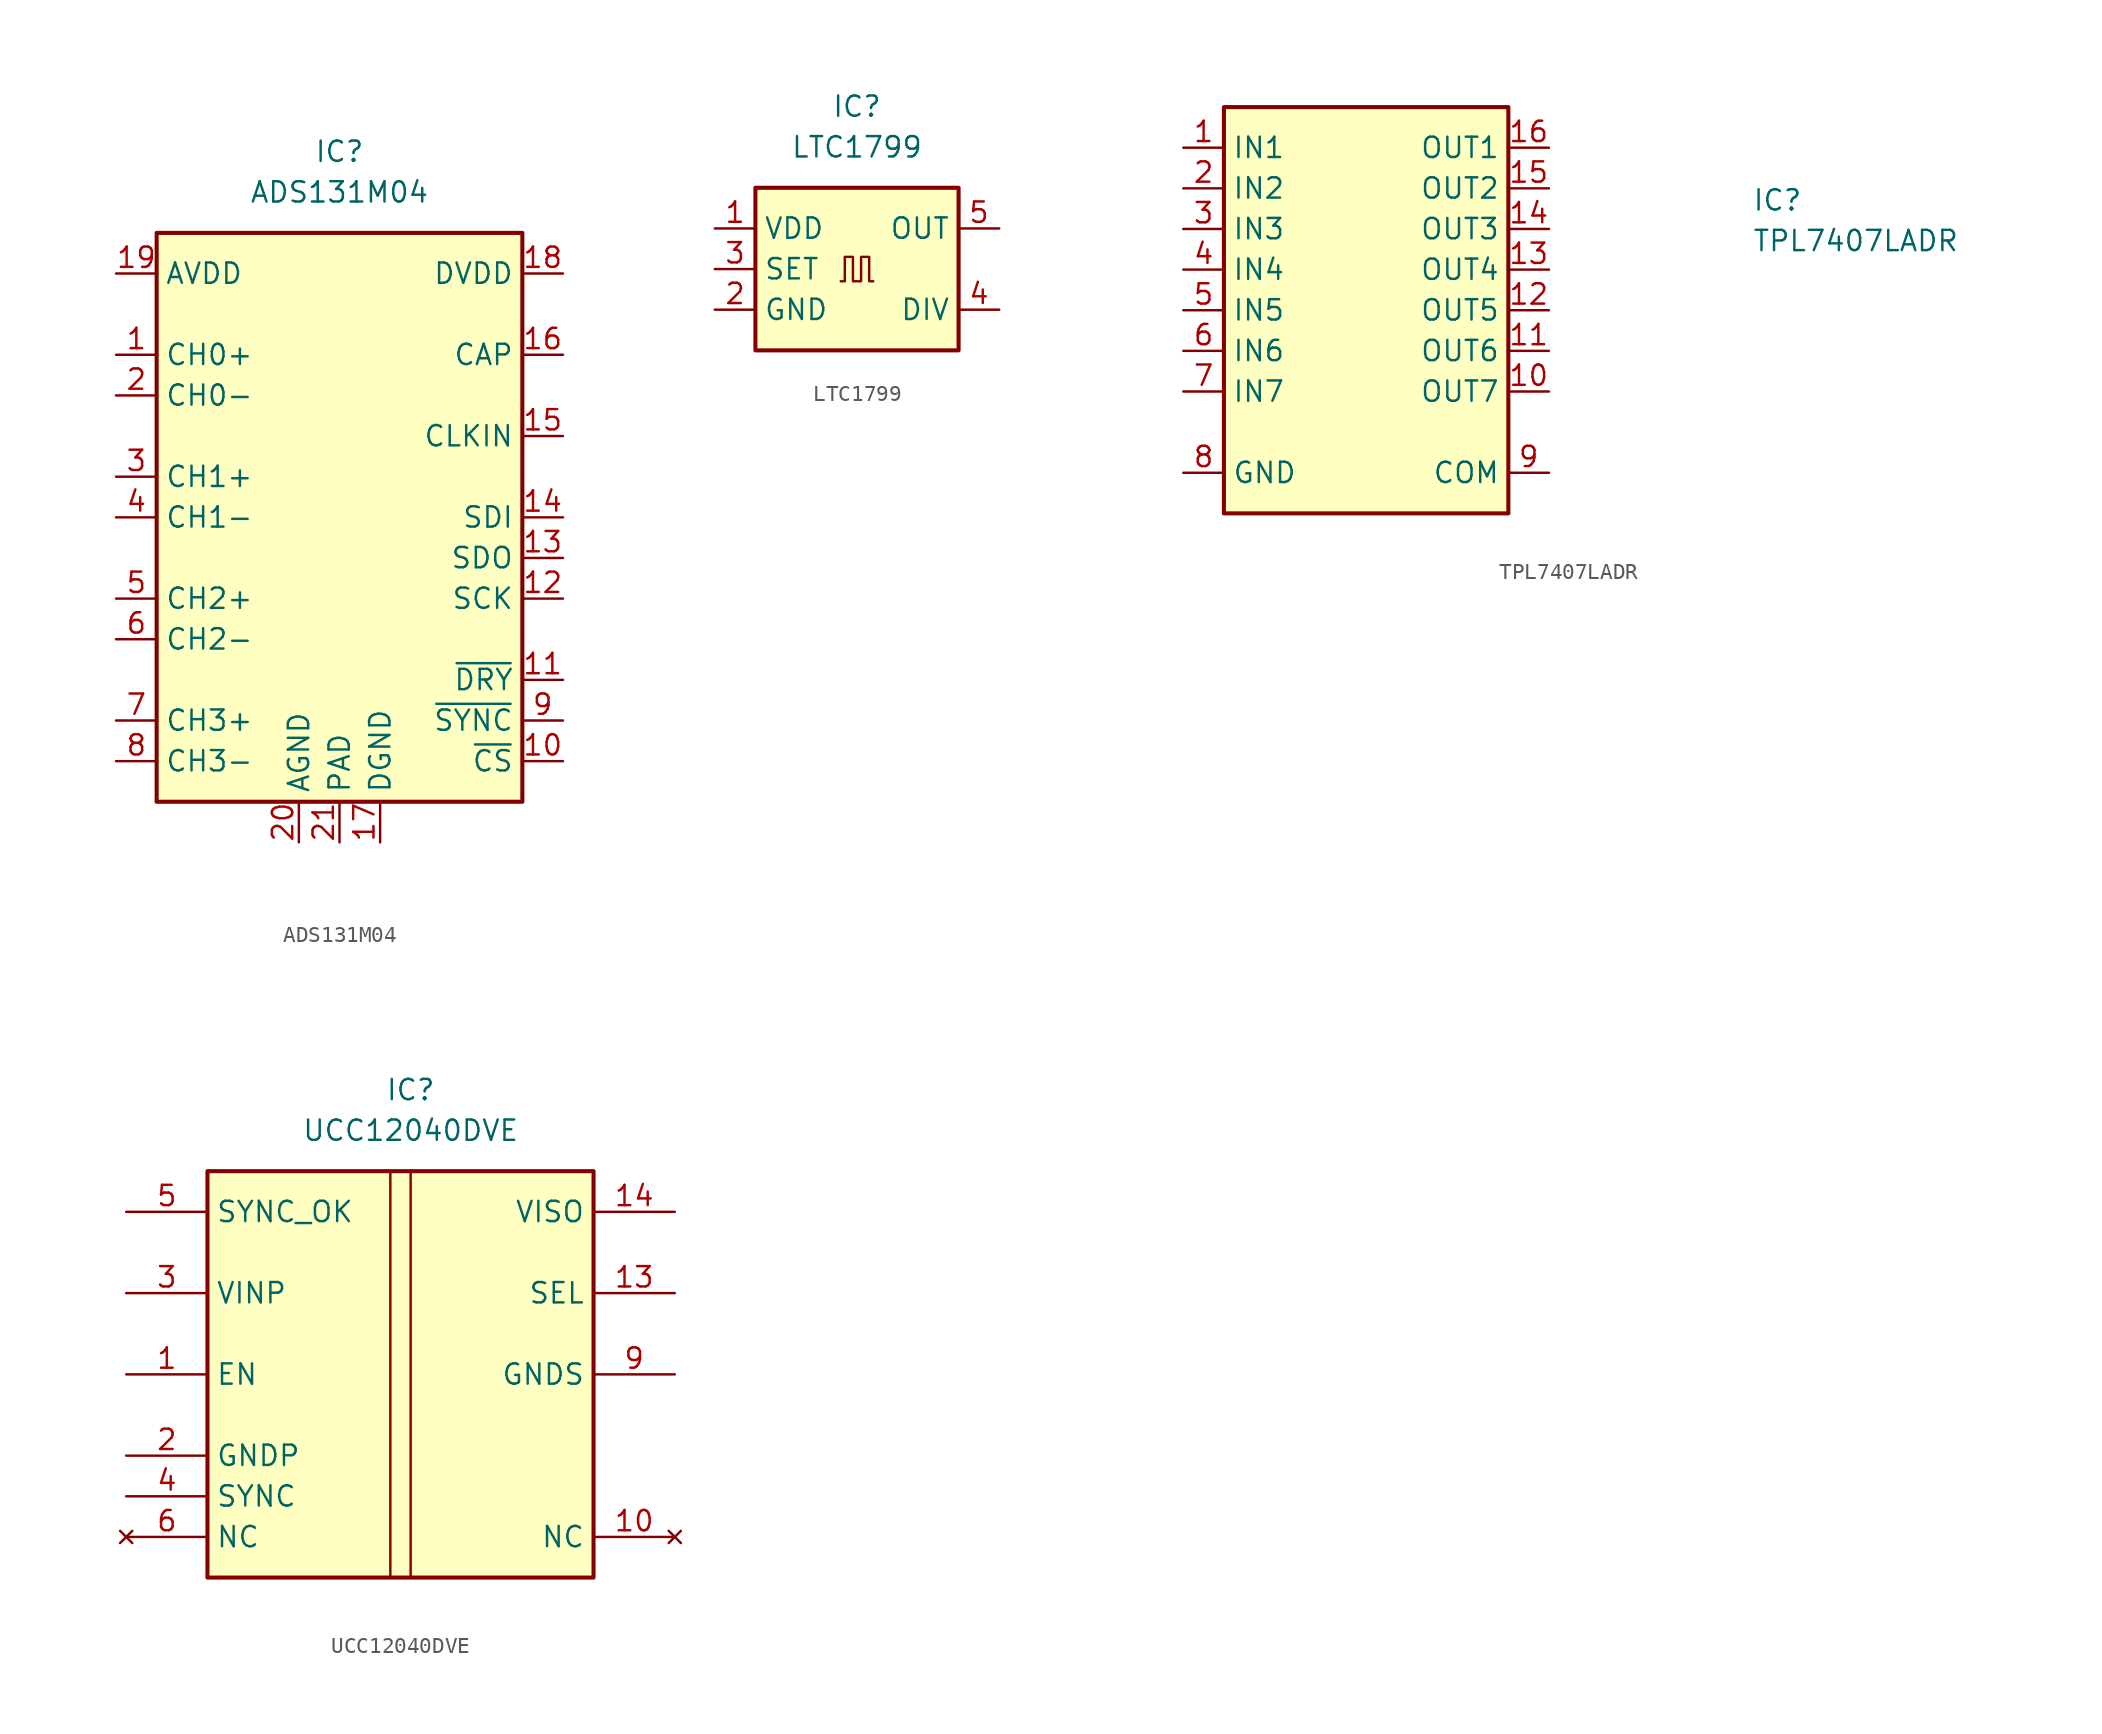
<source format=kicad_sym>
(kicad_symbol_lib
  (version 20231120)
  (generator "kicad_symbol_editor")
  (generator_version "8.0")
  (symbol "ADS131M04"
    (property "Reference" "IC"
      (at 0 22.86 0)
      (effects (font (size 1.27 1.27))))
    (property "Value" "ADS131M04"
      (at 0 20.32 0)
      (effects (font (size 1.27 1.27))))
    (symbol "ADS131M04_1_1"
      (rectangle (start -11.43 17.78) (end 11.43 -17.78) (stroke (width 0.254) (type default)) (fill (type background)))
      (pin passive line (at -13.97 10.16 0) (length 2.54) (name "CH0+" (effects (font (size 1.27 1.27)))) (number "1" (effects (font (size 1.27 1.27)))))
      (pin passive line (at 13.97 -15.24 180) (length 2.54) (name "~{CS}" (effects (font (size 1.27 1.27)))) (number "10" (effects (font (size 1.27 1.27)))))
      (pin passive line (at 13.97 -10.16 180) (length 2.54) (name "~{DRY}" (effects (font (size 1.27 1.27)))) (number "11" (effects (font (size 1.27 1.27)))))
      (pin passive line (at 13.97 -5.08 180) (length 2.54) (name "SCK" (effects (font (size 1.27 1.27)))) (number "12" (effects (font (size 1.27 1.27)))))
      (pin passive line (at 13.97 -2.54 180) (length 2.54) (name "SDO" (effects (font (size 1.27 1.27)))) (number "13" (effects (font (size 1.27 1.27)))))
      (pin passive line (at 13.97 0 180) (length 2.54) (name "SDI" (effects (font (size 1.27 1.27)))) (number "14" (effects (font (size 1.27 1.27)))))
      (pin passive line (at 13.97 5.08 180) (length 2.54) (name "CLKIN" (effects (font (size 1.27 1.27)))) (number "15" (effects (font (size 1.27 1.27)))))
      (pin passive line (at 13.97 10.16 180) (length 2.54) (name "CAP" (effects (font (size 1.27 1.27)))) (number "16" (effects (font (size 1.27 1.27)))))
      (pin passive line (at 2.54 -20.32 90) (length 2.54) (name "DGND" (effects (font (size 1.27 1.27)))) (number "17" (effects (font (size 1.27 1.27)))))
      (pin passive line (at 13.97 15.24 180) (length 2.54) (name "DVDD" (effects (font (size 1.27 1.27)))) (number "18" (effects (font (size 1.27 1.27)))))
      (pin passive line (at -13.97 15.24 0) (length 2.54) (name "AVDD" (effects (font (size 1.27 1.27)))) (number "19" (effects (font (size 1.27 1.27)))))
      (pin passive line (at -13.97 7.62 0) (length 2.54) (name "CH0-" (effects (font (size 1.27 1.27)))) (number "2" (effects (font (size 1.27 1.27)))))
      (pin passive line (at -2.54 -20.32 90) (length 2.54) (name "AGND" (effects (font (size 1.27 1.27)))) (number "20" (effects (font (size 1.27 1.27)))))
      (pin passive line (at 0 -20.32 90) (length 2.54) (name "PAD" (effects (font (size 1.27 1.27)))) (number "21" (effects (font (size 1.27 1.27)))))
      (pin passive line (at -13.97 2.54 0) (length 2.54) (name "CH1+" (effects (font (size 1.27 1.27)))) (number "3" (effects (font (size 1.27 1.27)))))
      (pin passive line (at -13.97 0 0) (length 2.54) (name "CH1-" (effects (font (size 1.27 1.27)))) (number "4" (effects (font (size 1.27 1.27)))))
      (pin passive line (at -13.97 -5.08 0) (length 2.54) (name "CH2+" (effects (font (size 1.27 1.27)))) (number "5" (effects (font (size 1.27 1.27)))))
      (pin passive line (at -13.97 -7.62 0) (length 2.54) (name "CH2-" (effects (font (size 1.27 1.27)))) (number "6" (effects (font (size 1.27 1.27)))))
      (pin passive line (at -13.97 -12.7 0) (length 2.54) (name "CH3+" (effects (font (size 1.27 1.27)))) (number "7" (effects (font (size 1.27 1.27)))))
      (pin passive line (at -13.97 -15.24 0) (length 2.54) (name "CH3-" (effects (font (size 1.27 1.27)))) (number "8" (effects (font (size 1.27 1.27)))))
      (pin passive line (at 13.97 -12.7 180) (length 2.54) (name "~{SYNC}" (effects (font (size 1.27 1.27)))) (number "9" (effects (font (size 1.27 1.27)))))))
  (symbol "LTC1799"
    (property "Reference" "IC"
      (at 0 10.16 0)
      (effects (font (size 1.27 1.27))))
    (property "Value" "LTC1799"
      (at 0 7.62 0)
      (effects (font (size 1.27 1.27))))
    (symbol "LTC1799_0_1"
      (rectangle (start -6.35 5.08) (end 6.35 -5.08) (stroke (width 0.254) (type default)) (fill (type background)))
      (polyline (pts (xy -1.016 -0.762) (xy -0.762 -0.762) (xy -0.762 0.762) (xy -0.254 0.762) (xy -0.254 -0.762) (xy 0.254 -0.762) (xy 0.254 0.762) (xy 0.762 0.762) (xy 0.762 -0.762) (xy 1.016 -0.762)) (stroke (width 0) (type default)) (fill (type none))))
    (symbol "LTC1799_1_1"
      (pin input line (at -8.89 2.54 0) (length 2.54) (name "VDD" (effects (font (size 1.27 1.27)))) (number "1" (effects (font (size 1.27 1.27)))))
      (pin power_in line (at -8.89 -2.54 0) (length 2.54) (name "GND" (effects (font (size 1.27 1.27)))) (number "2" (effects (font (size 1.27 1.27)))))
      (pin output line (at -8.89 0 0) (length 2.54) (name "SET" (effects (font (size 1.27 1.27)))) (number "3" (effects (font (size 1.27 1.27)))))
      (pin power_in line (at 8.89 -2.54 180) (length 2.54) (name "DIV" (effects (font (size 1.27 1.27)))) (number "4" (effects (font (size 1.27 1.27)))))
      (pin power_in line (at 8.89 2.54 180) (length 2.54) (name "OUT" (effects (font (size 1.27 1.27)))) (number "5" (effects (font (size 1.27 1.27)))))))
  (symbol "TPL7407LADR"
    (property "Reference" "IC"
      (at 24.13 7.62 0)
      (effects (font (size 1.27 1.27)) (justify left top)))
    (property "Value" "TPL7407LADR"
      (at 24.13 5.08 0)
      (effects (font (size 1.27 1.27)) (justify left top)))
    (symbol "TPL7407LADR_1_1"
      (rectangle (start -8.89 12.7) (end 8.89 -12.7) (stroke (width 0.254) (type default)) (fill (type background)))
      (pin passive line (at -11.43 10.16 0) (length 2.54) (name "IN1" (effects (font (size 1.27 1.27)))) (number "1" (effects (font (size 1.27 1.27)))))
      (pin passive line (at 11.43 -5.08 180) (length 2.54) (name "OUT7" (effects (font (size 1.27 1.27)))) (number "10" (effects (font (size 1.27 1.27)))))
      (pin passive line (at 11.43 -2.54 180) (length 2.54) (name "OUT6" (effects (font (size 1.27 1.27)))) (number "11" (effects (font (size 1.27 1.27)))))
      (pin passive line (at 11.43 0 180) (length 2.54) (name "OUT5" (effects (font (size 1.27 1.27)))) (number "12" (effects (font (size 1.27 1.27)))))
      (pin passive line (at 11.43 2.54 180) (length 2.54) (name "OUT4" (effects (font (size 1.27 1.27)))) (number "13" (effects (font (size 1.27 1.27)))))
      (pin passive line (at 11.43 5.08 180) (length 2.54) (name "OUT3" (effects (font (size 1.27 1.27)))) (number "14" (effects (font (size 1.27 1.27)))))
      (pin passive line (at 11.43 7.62 180) (length 2.54) (name "OUT2" (effects (font (size 1.27 1.27)))) (number "15" (effects (font (size 1.27 1.27)))))
      (pin passive line (at 11.43 10.16 180) (length 2.54) (name "OUT1" (effects (font (size 1.27 1.27)))) (number "16" (effects (font (size 1.27 1.27)))))
      (pin passive line (at -11.43 7.62 0) (length 2.54) (name "IN2" (effects (font (size 1.27 1.27)))) (number "2" (effects (font (size 1.27 1.27)))))
      (pin passive line (at -11.43 5.08 0) (length 2.54) (name "IN3" (effects (font (size 1.27 1.27)))) (number "3" (effects (font (size 1.27 1.27)))))
      (pin passive line (at -11.43 2.54 0) (length 2.54) (name "IN4" (effects (font (size 1.27 1.27)))) (number "4" (effects (font (size 1.27 1.27)))))
      (pin passive line (at -11.43 0 0) (length 2.54) (name "IN5" (effects (font (size 1.27 1.27)))) (number "5" (effects (font (size 1.27 1.27)))))
      (pin passive line (at -11.43 -2.54 0) (length 2.54) (name "IN6" (effects (font (size 1.27 1.27)))) (number "6" (effects (font (size 1.27 1.27)))))
      (pin passive line (at -11.43 -5.08 0) (length 2.54) (name "IN7" (effects (font (size 1.27 1.27)))) (number "7" (effects (font (size 1.27 1.27)))))
      (pin passive line (at -11.43 -10.16 0) (length 2.54) (name "GND" (effects (font (size 1.27 1.27)))) (number "8" (effects (font (size 1.27 1.27)))))
      (pin passive line (at 11.43 -10.16 180) (length 2.54) (name "COM" (effects (font (size 1.27 1.27)))) (number "9" (effects (font (size 1.27 1.27)))))))
  (symbol "UCC12040DVE"
    (property "Reference" "IC"
      (at 0 17.78 0)
      (effects (font (size 1.27 1.27))))
    (property "Value" "UCC12040DVE"
      (at 0 15.24 0)
      (effects (font (size 1.27 1.27))))
    (symbol "UCC12040DVE_0_0"
      (pin passive line (at -17.78 0 0) (length 5.08) (name "EN" (effects (font (size 1.27 1.27)))) (number "1" (effects (font (size 1.27 1.27)))))
      (pin passive line (at 16.51 5.08 180) (length 5.08) (name "SEL" (effects (font (size 1.27 1.27)))) (number "13" (effects (font (size 1.27 1.27)))))
      (pin passive line (at 16.51 10.16 180) (length 5.08) (name "VISO" (effects (font (size 1.27 1.27)))) (number "14" (effects (font (size 1.27 1.27)))))
      (pin passive line (at -17.78 -5.08 0) (length 5.08) (name "GNDP" (effects (font (size 1.27 1.27)))) (number "2" (effects (font (size 1.27 1.27)))))
      (pin passive line (at -17.78 5.08 0) (length 5.08) (name "VINP" (effects (font (size 1.27 1.27)))) (number "3" (effects (font (size 1.27 1.27)))))
      (pin passive line (at -17.78 -7.62 0) (length 5.08) (name "SYNC" (effects (font (size 1.27 1.27)))) (number "4" (effects (font (size 1.27 1.27)))))
      (pin passive line (at -17.78 10.16 0) (length 5.08) (name "SYNC_OK" (effects (font (size 1.27 1.27)))) (number "5" (effects (font (size 1.27 1.27))))))
    (symbol "UCC12040DVE_0_1"
      (rectangle (start -12.7 12.7) (end 11.43 -12.7) (stroke (width 0.254) (type default)) (fill (type background)))
      (polyline (pts (xy -1.27 12.7) (xy -1.27 -12.7)) (stroke (width 0) (type default)) (fill (type none)))
      (polyline (pts (xy 0 12.7) (xy 0 -12.7)) (stroke (width 0) (type default)) (fill (type none))))
    (symbol "UCC12040DVE_1_0"
      (pin no_connect line (at 16.51 -10.16 180) (length 5.08) (name "NC" (effects (font (size 1.27 1.27)))) (number "10" (effects (font (size 1.27 1.27)))))
      (pin no_connect line (at 16.51 -10.16 180) (length 5.08) hide (name "NC" (effects (font (size 1.27 1.27)))) (number "11" (effects (font (size 1.27 1.27)))))
      (pin no_connect line (at 16.51 -10.16 180) (length 5.08) hide (name "NC" (effects (font (size 1.27 1.27)))) (number "12" (effects (font (size 1.27 1.27)))))
      (pin passive line (at 16.51 0 180) (length 5.08) hide (name "GNDS" (effects (font (size 1.27 1.27)))) (number "15" (effects (font (size 1.27 1.27)))))
      (pin passive line (at 16.51 0 180) (length 5.08) hide (name "GNDS" (effects (font (size 1.27 1.27)))) (number "16" (effects (font (size 1.27 1.27)))))
      (pin no_connect line (at -17.78 -10.16 0) (length 5.08) (name "NC" (effects (font (size 1.27 1.27)))) (number "6" (effects (font (size 1.27 1.27)))))
      (pin no_connect line (at -17.78 -10.16 0) (length 5.08) hide (name "NC" (effects (font (size 1.27 1.27)))) (number "7" (effects (font (size 1.27 1.27)))))
      (pin no_connect line (at -17.78 -10.16 0) (length 5.08) hide (name "NC" (effects (font (size 1.27 1.27)))) (number "8" (effects (font (size 1.27 1.27)))))
      (pin passive line (at 16.51 0 180) (length 5.08) (name "GNDS" (effects (font (size 1.27 1.27)))) (number "9" (effects (font (size 1.27 1.27))))))))
</source>
